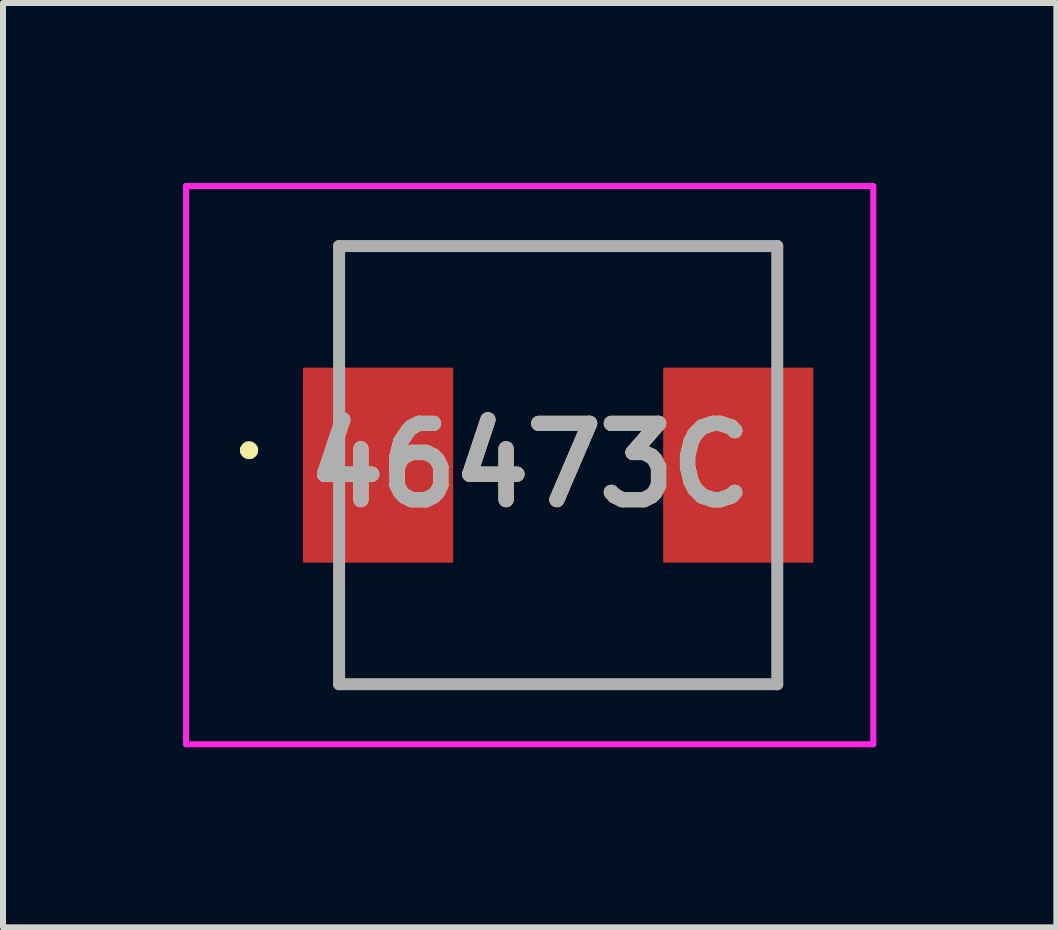
<source format=kicad_pcb>
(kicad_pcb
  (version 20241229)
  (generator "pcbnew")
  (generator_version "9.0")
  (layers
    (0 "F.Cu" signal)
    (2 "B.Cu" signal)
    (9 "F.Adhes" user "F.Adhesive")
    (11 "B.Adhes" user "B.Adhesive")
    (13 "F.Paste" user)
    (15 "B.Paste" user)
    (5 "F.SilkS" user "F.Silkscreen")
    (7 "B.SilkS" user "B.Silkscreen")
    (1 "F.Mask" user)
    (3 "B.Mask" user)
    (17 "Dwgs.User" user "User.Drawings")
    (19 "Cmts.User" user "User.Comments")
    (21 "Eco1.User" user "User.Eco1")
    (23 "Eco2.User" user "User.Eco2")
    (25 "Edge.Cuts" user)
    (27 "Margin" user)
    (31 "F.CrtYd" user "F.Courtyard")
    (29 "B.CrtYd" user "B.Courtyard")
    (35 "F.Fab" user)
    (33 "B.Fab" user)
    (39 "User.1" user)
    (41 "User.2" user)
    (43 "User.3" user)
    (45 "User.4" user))
  (footprint "46473C"
    (layer "F.Cu")
    (at 6.25 4.7)
    (property "Reference" "46473C" (at -0.475 0 0) (layer "F.SilkS") (effects (font (size 1.27 1.27) (thickness 0.254))))
    (attr smd)
    (fp_line (start -5.2 -0.25) (end -5.2 -0.25) (stroke (width 0.2) (type solid)) (layer "F.SilkS"))
    (fp_line (start -5.2 -0.25) (end -5.2 -0.25) (stroke (width 0.2) (type solid)) (layer "F.SilkS"))
    (fp_line (start -5.1 -0.25) (end -5.1 -0.25) (stroke (width 0.2) (type solid)) (layer "F.SilkS"))
    (fp_line (start -3.65 -3.65) (end -3.65 -3.65) (stroke (width 0.1) (type solid)) (layer "F.SilkS"))
    (fp_line (start -3.65 -3.65) (end 3.65 -3.65) (stroke (width 0.1) (type solid)) (layer "F.SilkS"))
    (fp_line (start -3.65 3.65) (end -3.65 3.65) (stroke (width 0.1) (type solid)) (layer "F.SilkS"))
    (fp_line (start -3.65 3.65) (end 3.65 3.65) (stroke (width 0.1) (type solid)) (layer "F.SilkS"))
    (fp_line (start 3.65 -3.65) (end -3.65 -3.65) (stroke (width 0.1) (type solid)) (layer "F.SilkS"))
    (fp_line (start 3.65 -3.65) (end 3.65 -3.65) (stroke (width 0.1) (type solid)) (layer "F.SilkS"))
    (fp_line (start 3.65 3.65) (end -3.65 3.65) (stroke (width 0.1) (type solid)) (layer "F.SilkS"))
    (fp_line (start 3.65 3.65) (end 3.65 3.65) (stroke (width 0.1) (type solid)) (layer "F.SilkS"))
    (fp_arc (start -5.2 -0.25) (mid -5.15 -0.3) (end -5.1 -0.25) (stroke (width 0.2) (type solid)) (layer "F.SilkS"))
    (fp_arc (start -5.1 -0.25) (mid -5.15 -0.2) (end -5.2 -0.25) (stroke (width 0.2) (type solid)) (layer "F.SilkS"))
    (fp_arc (start -5.1 -0.25) (mid -5.15 -0.2) (end -5.2 -0.25) (stroke (width 0.2) (type solid)) (layer "F.SilkS"))
    (fp_line (start -6.2 -4.65) (end 5.25 -4.65) (stroke (width 0.1) (type solid)) (layer "F.CrtYd"))
    (fp_line (start -6.2 4.65) (end -6.2 -4.65) (stroke (width 0.1) (type solid)) (layer "F.CrtYd"))
    (fp_line (start 5.25 -4.65) (end 5.25 4.65) (stroke (width 0.1) (type solid)) (layer "F.CrtYd"))
    (fp_line (start 5.25 4.65) (end -6.2 4.65) (stroke (width 0.1) (type solid)) (layer "F.CrtYd"))
    (fp_line (start -3.65 -3.65) (end -3.65 3.65) (stroke (width 0.2) (type solid)) (layer "F.Fab"))
    (fp_line (start -3.65 3.65) (end 3.65 3.65) (stroke (width 0.2) (type solid)) (layer "F.Fab"))
    (fp_line (start 3.65 -3.65) (end -3.65 -3.65) (stroke (width 0.2) (type solid)) (layer "F.Fab"))
    (fp_line (start 3.65 3.65) (end 3.65 -3.65) (stroke (width 0.2) (type solid)) (layer "F.Fab"))
    (fp_text user "${REFERENCE}" (at -0.475 0 0) (layer "F.Fab") (effects (font (size 1.27 1.27) (thickness 0.254))))
    (pad "1" smd rect (at -3 0) (size 2.5 3.25) (layers "F.Cu" "F.Mask" "F.Paste"))
    (pad "2" smd rect (at 3 0) (size 2.5 3.25) (layers "F.Cu" "F.Mask" "F.Paste")))
  (gr_rect
    (start -3 -3)
    (end 14.55 12.4)
    (stroke (width 0.1) (type default))
    (fill no)
    (layer "Edge.Cuts")))
</source>
